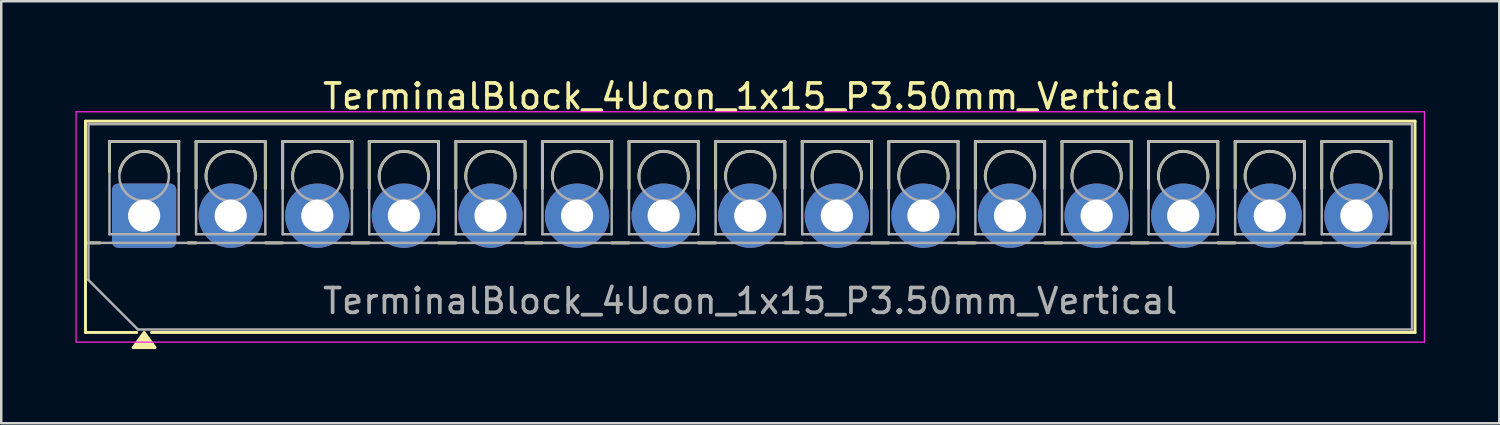
<source format=kicad_pcb>
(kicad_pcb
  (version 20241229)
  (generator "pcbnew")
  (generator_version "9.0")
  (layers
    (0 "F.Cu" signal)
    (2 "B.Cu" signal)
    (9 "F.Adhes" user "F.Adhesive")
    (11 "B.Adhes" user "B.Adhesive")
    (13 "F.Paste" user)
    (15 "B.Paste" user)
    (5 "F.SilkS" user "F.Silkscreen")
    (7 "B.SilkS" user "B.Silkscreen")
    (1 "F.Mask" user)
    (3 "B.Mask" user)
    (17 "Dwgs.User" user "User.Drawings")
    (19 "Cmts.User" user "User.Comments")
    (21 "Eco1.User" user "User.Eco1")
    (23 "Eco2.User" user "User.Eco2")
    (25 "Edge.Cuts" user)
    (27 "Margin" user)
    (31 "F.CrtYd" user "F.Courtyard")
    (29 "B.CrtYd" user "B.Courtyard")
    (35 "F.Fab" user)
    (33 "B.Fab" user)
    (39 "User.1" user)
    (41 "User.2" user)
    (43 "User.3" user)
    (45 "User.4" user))
  (footprint "TerminalBlock_4Ucon_1x15_P3.50mm_Vertical"
    (layer "F.Cu")
    (at 2.775 5.668)
    (property "Reference" "TerminalBlock_4Ucon_1x15_P3.50mm_Vertical" (at 24.5 -4.82 0) (layer "F.SilkS") (effects (font (size 1 1) (thickness 0.15))))
    (attr through_hole)
    (fp_line (start -2.37 -3.82) (end -2.37 4.72) (stroke (width 0.12) (type solid)) (layer "F.SilkS"))
    (fp_line (start -2.37 -3.82) (end 51.37 -3.82) (stroke (width 0.12) (type solid)) (layer "F.SilkS"))
    (fp_line (start -2.37 1.1) (end -1.78 1.1) (stroke (width 0.12) (type solid)) (layer "F.SilkS"))
    (fp_line (start -2.37 4.72) (end -0.3 4.72) (stroke (width 0.12) (type solid)) (layer "F.SilkS"))
    (fp_line (start -1.4 -3) (end -1.4 -1.78) (stroke (width 0.12) (type solid)) (layer "F.SilkS"))
    (fp_line (start -1.4 -3) (end 1.4 -3) (stroke (width 0.12) (type solid)) (layer "F.SilkS"))
    (fp_line (start 0.3 4.72) (end 51.37 4.72) (stroke (width 0.12) (type solid)) (layer "F.SilkS"))
    (fp_line (start 1.4 -3) (end 1.4 -1.78) (stroke (width 0.12) (type solid)) (layer "F.SilkS"))
    (fp_line (start 1.78 1.1) (end 2.101 1.1) (stroke (width 0.12) (type solid)) (layer "F.SilkS"))
    (fp_line (start 2.1 -3) (end 2.1 -1.099) (stroke (width 0.12) (type solid)) (layer "F.SilkS"))
    (fp_line (start 2.1 -3) (end 4.9 -3) (stroke (width 0.12) (type solid)) (layer "F.SilkS"))
    (fp_line (start 4.899 1.1) (end 5.601 1.1) (stroke (width 0.12) (type solid)) (layer "F.SilkS"))
    (fp_line (start 4.9 -3) (end 4.9 -1.099) (stroke (width 0.12) (type solid)) (layer "F.SilkS"))
    (fp_line (start 5.6 -3) (end 5.6 -1.099) (stroke (width 0.12) (type solid)) (layer "F.SilkS"))
    (fp_line (start 5.6 -3) (end 8.4 -3) (stroke (width 0.12) (type solid)) (layer "F.SilkS"))
    (fp_line (start 8.399 1.1) (end 9.101 1.1) (stroke (width 0.12) (type solid)) (layer "F.SilkS"))
    (fp_line (start 8.4 -3) (end 8.4 -1.099) (stroke (width 0.12) (type solid)) (layer "F.SilkS"))
    (fp_line (start 9.1 -3) (end 9.1 -1.099) (stroke (width 0.12) (type solid)) (layer "F.SilkS"))
    (fp_line (start 9.1 -3) (end 11.9 -3) (stroke (width 0.12) (type solid)) (layer "F.SilkS"))
    (fp_line (start 11.899 1.1) (end 12.601 1.1) (stroke (width 0.12) (type solid)) (layer "F.SilkS"))
    (fp_line (start 11.9 -3) (end 11.9 -1.099) (stroke (width 0.12) (type solid)) (layer "F.SilkS"))
    (fp_line (start 12.6 -3) (end 12.6 -1.099) (stroke (width 0.12) (type solid)) (layer "F.SilkS"))
    (fp_line (start 12.6 -3) (end 15.4 -3) (stroke (width 0.12) (type solid)) (layer "F.SilkS"))
    (fp_line (start 15.399 1.1) (end 16.101 1.1) (stroke (width 0.12) (type solid)) (layer "F.SilkS"))
    (fp_line (start 15.4 -3) (end 15.4 -1.099) (stroke (width 0.12) (type solid)) (layer "F.SilkS"))
    (fp_line (start 16.1 -3) (end 16.1 -1.099) (stroke (width 0.12) (type solid)) (layer "F.SilkS"))
    (fp_line (start 16.1 -3) (end 18.9 -3) (stroke (width 0.12) (type solid)) (layer "F.SilkS"))
    (fp_line (start 18.899 1.1) (end 19.601 1.1) (stroke (width 0.12) (type solid)) (layer "F.SilkS"))
    (fp_line (start 18.9 -3) (end 18.9 -1.099) (stroke (width 0.12) (type solid)) (layer "F.SilkS"))
    (fp_line (start 19.6 -3) (end 19.6 -1.099) (stroke (width 0.12) (type solid)) (layer "F.SilkS"))
    (fp_line (start 19.6 -3) (end 22.4 -3) (stroke (width 0.12) (type solid)) (layer "F.SilkS"))
    (fp_line (start 22.399 1.1) (end 23.101 1.1) (stroke (width 0.12) (type solid)) (layer "F.SilkS"))
    (fp_line (start 22.4 -3) (end 22.4 -1.099) (stroke (width 0.12) (type solid)) (layer "F.SilkS"))
    (fp_line (start 23.1 -3) (end 23.1 -1.099) (stroke (width 0.12) (type solid)) (layer "F.SilkS"))
    (fp_line (start 23.1 -3) (end 25.9 -3) (stroke (width 0.12) (type solid)) (layer "F.SilkS"))
    (fp_line (start 25.899 1.1) (end 26.601 1.1) (stroke (width 0.12) (type solid)) (layer "F.SilkS"))
    (fp_line (start 25.9 -3) (end 25.9 -1.099) (stroke (width 0.12) (type solid)) (layer "F.SilkS"))
    (fp_line (start 26.6 -3) (end 26.6 -1.099) (stroke (width 0.12) (type solid)) (layer "F.SilkS"))
    (fp_line (start 26.6 -3) (end 29.4 -3) (stroke (width 0.12) (type solid)) (layer "F.SilkS"))
    (fp_line (start 29.399 1.1) (end 30.101 1.1) (stroke (width 0.12) (type solid)) (layer "F.SilkS"))
    (fp_line (start 29.4 -3) (end 29.4 -1.099) (stroke (width 0.12) (type solid)) (layer "F.SilkS"))
    (fp_line (start 30.1 -3) (end 30.1 -1.099) (stroke (width 0.12) (type solid)) (layer "F.SilkS"))
    (fp_line (start 30.1 -3) (end 32.9 -3) (stroke (width 0.12) (type solid)) (layer "F.SilkS"))
    (fp_line (start 32.899 1.1) (end 33.601 1.1) (stroke (width 0.12) (type solid)) (layer "F.SilkS"))
    (fp_line (start 32.9 -3) (end 32.9 -1.099) (stroke (width 0.12) (type solid)) (layer "F.SilkS"))
    (fp_line (start 33.6 -3) (end 33.6 -1.099) (stroke (width 0.12) (type solid)) (layer "F.SilkS"))
    (fp_line (start 33.6 -3) (end 36.4 -3) (stroke (width 0.12) (type solid)) (layer "F.SilkS"))
    (fp_line (start 36.399 1.1) (end 37.101 1.1) (stroke (width 0.12) (type solid)) (layer "F.SilkS"))
    (fp_line (start 36.4 -3) (end 36.4 -1.099) (stroke (width 0.12) (type solid)) (layer "F.SilkS"))
    (fp_line (start 37.1 -3) (end 37.1 -1.099) (stroke (width 0.12) (type solid)) (layer "F.SilkS"))
    (fp_line (start 37.1 -3) (end 39.9 -3) (stroke (width 0.12) (type solid)) (layer "F.SilkS"))
    (fp_line (start 39.899 1.1) (end 40.601 1.1) (stroke (width 0.12) (type solid)) (layer "F.SilkS"))
    (fp_line (start 39.9 -3) (end 39.9 -1.099) (stroke (width 0.12) (type solid)) (layer "F.SilkS"))
    (fp_line (start 40.6 -3) (end 40.6 -1.099) (stroke (width 0.12) (type solid)) (layer "F.SilkS"))
    (fp_line (start 40.6 -3) (end 43.4 -3) (stroke (width 0.12) (type solid)) (layer "F.SilkS"))
    (fp_line (start 43.399 1.1) (end 44.101 1.1) (stroke (width 0.12) (type solid)) (layer "F.SilkS"))
    (fp_line (start 43.4 -3) (end 43.4 -1.099) (stroke (width 0.12) (type solid)) (layer "F.SilkS"))
    (fp_line (start 44.1 -3) (end 44.1 -1.099) (stroke (width 0.12) (type solid)) (layer "F.SilkS"))
    (fp_line (start 44.1 -3) (end 46.9 -3) (stroke (width 0.12) (type solid)) (layer "F.SilkS"))
    (fp_line (start 46.899 1.1) (end 47.601 1.1) (stroke (width 0.12) (type solid)) (layer "F.SilkS"))
    (fp_line (start 46.9 -3) (end 46.9 -1.099) (stroke (width 0.12) (type solid)) (layer "F.SilkS"))
    (fp_line (start 47.6 -3) (end 47.6 -1.099) (stroke (width 0.12) (type solid)) (layer "F.SilkS"))
    (fp_line (start 47.6 -3) (end 50.4 -3) (stroke (width 0.12) (type solid)) (layer "F.SilkS"))
    (fp_line (start 50.399 1.1) (end 51.37 1.1) (stroke (width 0.12) (type solid)) (layer "F.SilkS"))
    (fp_line (start 50.4 -3) (end 50.4 -1.099) (stroke (width 0.12) (type solid)) (layer "F.SilkS"))
    (fp_line (start 51.37 -3.82) (end 51.37 4.72) (stroke (width 0.12) (type solid)) (layer "F.SilkS"))
    (fp_arc (start -0.984 -1.78) (mid -0.00006 -2.600328) (end 0.983978 -1.780118) (stroke (width 0.12) (type solid)) (layer "F.SilkS"))
    (fp_arc (start 2.508 -1.478) (mid 3.500313 -2.599474) (end 4.491923 -1.477379) (stroke (width 0.12) (type solid)) (layer "F.SilkS"))
    (fp_arc (start 6.008 -1.478) (mid 7.000313 -2.599474) (end 7.991923 -1.477379) (stroke (width 0.12) (type solid)) (layer "F.SilkS"))
    (fp_arc (start 9.508 -1.478) (mid 10.500313 -2.599474) (end 11.491923 -1.477379) (stroke (width 0.12) (type solid)) (layer "F.SilkS"))
    (fp_arc (start 13.008 -1.478) (mid 14.000313 -2.599474) (end 14.991923 -1.477379) (stroke (width 0.12) (type solid)) (layer "F.SilkS"))
    (fp_arc (start 16.508 -1.478) (mid 17.500313 -2.599474) (end 18.491923 -1.477379) (stroke (width 0.12) (type solid)) (layer "F.SilkS"))
    (fp_arc (start 20.008 -1.478) (mid 21.000313 -2.599474) (end 21.991923 -1.477379) (stroke (width 0.12) (type solid)) (layer "F.SilkS"))
    (fp_arc (start 23.508 -1.478) (mid 24.500313 -2.599474) (end 25.491923 -1.477379) (stroke (width 0.12) (type solid)) (layer "F.SilkS"))
    (fp_arc (start 27.008 -1.478) (mid 28.000313 -2.599474) (end 28.991923 -1.477379) (stroke (width 0.12) (type solid)) (layer "F.SilkS"))
    (fp_arc (start 30.508 -1.478) (mid 31.500313 -2.599474) (end 32.491923 -1.477379) (stroke (width 0.12) (type solid)) (layer "F.SilkS"))
    (fp_arc (start 34.008 -1.478) (mid 35.000313 -2.599474) (end 35.991923 -1.477379) (stroke (width 0.12) (type solid)) (layer "F.SilkS"))
    (fp_arc (start 37.508 -1.478) (mid 38.500313 -2.599474) (end 39.491923 -1.477379) (stroke (width 0.12) (type solid)) (layer "F.SilkS"))
    (fp_arc (start 41.008 -1.478) (mid 42.000313 -2.599474) (end 42.991923 -1.477379) (stroke (width 0.12) (type solid)) (layer "F.SilkS"))
    (fp_arc (start 44.508 -1.478) (mid 45.500313 -2.599474) (end 46.491923 -1.477379) (stroke (width 0.12) (type solid)) (layer "F.SilkS"))
    (fp_arc (start 48.008 -1.478) (mid 49.000313 -2.599474) (end 49.991923 -1.477379) (stroke (width 0.12) (type solid)) (layer "F.SilkS"))
    (fp_poly (pts (xy 0 4.72) (xy 0.44 5.33) (xy -0.44 5.33)) (stroke (width 0.12) (type solid)) (fill yes) (layer "F.SilkS"))
    (fp_line (start -2.75 -4.2) (end -2.75 5.11) (stroke (width 0.05) (type solid)) (layer "F.CrtYd"))
    (fp_line (start -2.75 5.11) (end 51.75 5.11) (stroke (width 0.05) (type solid)) (layer "F.CrtYd"))
    (fp_line (start 51.75 -4.2) (end -2.75 -4.2) (stroke (width 0.05) (type solid)) (layer "F.CrtYd"))
    (fp_line (start 51.75 5.11) (end 51.75 -4.2) (stroke (width 0.05) (type solid)) (layer "F.CrtYd"))
    (fp_line (start -2.25 -3.7) (end 51.25 -3.7) (stroke (width 0.1) (type solid)) (layer "F.Fab"))
    (fp_line (start -2.25 1.1) (end 51.25 1.1) (stroke (width 0.1) (type solid)) (layer "F.Fab"))
    (fp_line (start -2.25 2.6) (end -2.25 -3.7) (stroke (width 0.1) (type solid)) (layer "F.Fab"))
    (fp_line (start -1.4 -3) (end -1.4 0.75) (stroke (width 0.1) (type solid)) (layer "F.Fab"))
    (fp_line (start -1.4 0.75) (end 1.4 0.75) (stroke (width 0.1) (type solid)) (layer "F.Fab"))
    (fp_line (start -0.25 4.6) (end -2.25 2.6) (stroke (width 0.1) (type solid)) (layer "F.Fab"))
    (fp_line (start 1.4 -3) (end -1.4 -3) (stroke (width 0.1) (type solid)) (layer "F.Fab"))
    (fp_line (start 1.4 0.75) (end 1.4 -3) (stroke (width 0.1) (type solid)) (layer "F.Fab"))
    (fp_line (start 2.1 -3) (end 2.1 0.75) (stroke (width 0.1) (type solid)) (layer "F.Fab"))
    (fp_line (start 2.1 0.75) (end 4.9 0.75) (stroke (width 0.1) (type solid)) (layer "F.Fab"))
    (fp_line (start 4.9 -3) (end 2.1 -3) (stroke (width 0.1) (type solid)) (layer "F.Fab"))
    (fp_line (start 4.9 0.75) (end 4.9 -3) (stroke (width 0.1) (type solid)) (layer "F.Fab"))
    (fp_line (start 5.6 -3) (end 5.6 0.75) (stroke (width 0.1) (type solid)) (layer "F.Fab"))
    (fp_line (start 5.6 0.75) (end 8.4 0.75) (stroke (width 0.1) (type solid)) (layer "F.Fab"))
    (fp_line (start 8.4 -3) (end 5.6 -3) (stroke (width 0.1) (type solid)) (layer "F.Fab"))
    (fp_line (start 8.4 0.75) (end 8.4 -3) (stroke (width 0.1) (type solid)) (layer "F.Fab"))
    (fp_line (start 9.1 -3) (end 9.1 0.75) (stroke (width 0.1) (type solid)) (layer "F.Fab"))
    (fp_line (start 9.1 0.75) (end 11.9 0.75) (stroke (width 0.1) (type solid)) (layer "F.Fab"))
    (fp_line (start 11.9 -3) (end 9.1 -3) (stroke (width 0.1) (type solid)) (layer "F.Fab"))
    (fp_line (start 11.9 0.75) (end 11.9 -3) (stroke (width 0.1) (type solid)) (layer "F.Fab"))
    (fp_line (start 12.6 -3) (end 12.6 0.75) (stroke (width 0.1) (type solid)) (layer "F.Fab"))
    (fp_line (start 12.6 0.75) (end 15.4 0.75) (stroke (width 0.1) (type solid)) (layer "F.Fab"))
    (fp_line (start 15.4 -3) (end 12.6 -3) (stroke (width 0.1) (type solid)) (layer "F.Fab"))
    (fp_line (start 15.4 0.75) (end 15.4 -3) (stroke (width 0.1) (type solid)) (layer "F.Fab"))
    (fp_line (start 16.101 -3) (end 16.101 0.75) (stroke (width 0.1) (type solid)) (layer "F.Fab"))
    (fp_line (start 16.101 0.75) (end 18.9 0.75) (stroke (width 0.1) (type solid)) (layer "F.Fab"))
    (fp_line (start 18.9 -3) (end 16.101 -3) (stroke (width 0.1) (type solid)) (layer "F.Fab"))
    (fp_line (start 18.9 0.75) (end 18.9 -3) (stroke (width 0.1) (type solid)) (layer "F.Fab"))
    (fp_line (start 19.6 -3) (end 19.6 0.75) (stroke (width 0.1) (type solid)) (layer "F.Fab"))
    (fp_line (start 19.6 0.75) (end 22.4 0.75) (stroke (width 0.1) (type solid)) (layer "F.Fab"))
    (fp_line (start 22.4 -3) (end 19.6 -3) (stroke (width 0.1) (type solid)) (layer "F.Fab"))
    (fp_line (start 22.4 0.75) (end 22.4 -3) (stroke (width 0.1) (type solid)) (layer "F.Fab"))
    (fp_line (start 23.1 -3) (end 23.1 0.75) (stroke (width 0.1) (type solid)) (layer "F.Fab"))
    (fp_line (start 23.1 0.75) (end 25.9 0.75) (stroke (width 0.1) (type solid)) (layer "F.Fab"))
    (fp_line (start 25.9 -3) (end 23.1 -3) (stroke (width 0.1) (type solid)) (layer "F.Fab"))
    (fp_line (start 25.9 0.75) (end 25.9 -3) (stroke (width 0.1) (type solid)) (layer "F.Fab"))
    (fp_line (start 26.6 -3) (end 26.6 0.75) (stroke (width 0.1) (type solid)) (layer "F.Fab"))
    (fp_line (start 26.6 0.75) (end 29.4 0.75) (stroke (width 0.1) (type solid)) (layer "F.Fab"))
    (fp_line (start 29.4 -3) (end 26.6 -3) (stroke (width 0.1) (type solid)) (layer "F.Fab"))
    (fp_line (start 29.4 0.75) (end 29.4 -3) (stroke (width 0.1) (type solid)) (layer "F.Fab"))
    (fp_line (start 30.1 -3) (end 30.1 0.75) (stroke (width 0.1) (type solid)) (layer "F.Fab"))
    (fp_line (start 30.1 0.75) (end 32.9 0.75) (stroke (width 0.1) (type solid)) (layer "F.Fab"))
    (fp_line (start 32.9 -3) (end 30.1 -3) (stroke (width 0.1) (type solid)) (layer "F.Fab"))
    (fp_line (start 32.9 0.75) (end 32.9 -3) (stroke (width 0.1) (type solid)) (layer "F.Fab"))
    (fp_line (start 33.6 -3) (end 33.6 0.75) (stroke (width 0.1) (type solid)) (layer "F.Fab"))
    (fp_line (start 33.6 0.75) (end 36.4 0.75) (stroke (width 0.1) (type solid)) (layer "F.Fab"))
    (fp_line (start 36.4 -3) (end 33.6 -3) (stroke (width 0.1) (type solid)) (layer "F.Fab"))
    (fp_line (start 36.4 0.75) (end 36.4 -3) (stroke (width 0.1) (type solid)) (layer "F.Fab"))
    (fp_line (start 37.1 -3) (end 37.1 0.75) (stroke (width 0.1) (type solid)) (layer "F.Fab"))
    (fp_line (start 37.1 0.75) (end 39.9 0.75) (stroke (width 0.1) (type solid)) (layer "F.Fab"))
    (fp_line (start 39.9 -3) (end 37.1 -3) (stroke (width 0.1) (type solid)) (layer "F.Fab"))
    (fp_line (start 39.9 0.75) (end 39.9 -3) (stroke (width 0.1) (type solid)) (layer "F.Fab"))
    (fp_line (start 40.6 -3) (end 40.6 0.75) (stroke (width 0.1) (type solid)) (layer "F.Fab"))
    (fp_line (start 40.6 0.75) (end 43.4 0.75) (stroke (width 0.1) (type solid)) (layer "F.Fab"))
    (fp_line (start 43.4 -3) (end 40.6 -3) (stroke (width 0.1) (type solid)) (layer "F.Fab"))
    (fp_line (start 43.4 0.75) (end 43.4 -3) (stroke (width 0.1) (type solid)) (layer "F.Fab"))
    (fp_line (start 44.1 -3) (end 44.1 0.75) (stroke (width 0.1) (type solid)) (layer "F.Fab"))
    (fp_line (start 44.1 0.75) (end 46.9 0.75) (stroke (width 0.1) (type solid)) (layer "F.Fab"))
    (fp_line (start 46.9 -3) (end 44.1 -3) (stroke (width 0.1) (type solid)) (layer "F.Fab"))
    (fp_line (start 46.9 0.75) (end 46.9 -3) (stroke (width 0.1) (type solid)) (layer "F.Fab"))
    (fp_line (start 47.6 -3) (end 47.6 0.75) (stroke (width 0.1) (type solid)) (layer "F.Fab"))
    (fp_line (start 47.6 0.75) (end 50.4 0.75) (stroke (width 0.1) (type solid)) (layer "F.Fab"))
    (fp_line (start 50.4 -3) (end 47.6 -3) (stroke (width 0.1) (type solid)) (layer "F.Fab"))
    (fp_line (start 50.4 0.75) (end 50.4 -3) (stroke (width 0.1) (type solid)) (layer "F.Fab"))
    (fp_line (start 51.25 -3.7) (end 51.25 4.6) (stroke (width 0.1) (type solid)) (layer "F.Fab"))
    (fp_line (start 51.25 4.6) (end -0.25 4.6) (stroke (width 0.1) (type solid)) (layer "F.Fab"))
    (fp_circle (center 0 -1.6) (end 1 -1.6) (stroke (width 0.1) (type solid)) (fill no) (layer "F.Fab"))
    (fp_circle (center 3.5 -1.6) (end 4.5 -1.6) (stroke (width 0.1) (type solid)) (fill no) (layer "F.Fab"))
    (fp_circle (center 7 -1.6) (end 8 -1.6) (stroke (width 0.1) (type solid)) (fill no) (layer "F.Fab"))
    (fp_circle (center 10.5 -1.6) (end 11.5 -1.6) (stroke (width 0.1) (type solid)) (fill no) (layer "F.Fab"))
    (fp_circle (center 14 -1.6) (end 15 -1.6) (stroke (width 0.1) (type solid)) (fill no) (layer "F.Fab"))
    (fp_circle (center 17.5 -1.6) (end 18.5 -1.6) (stroke (width 0.1) (type solid)) (fill no) (layer "F.Fab"))
    (fp_circle (center 21 -1.6) (end 22 -1.6) (stroke (width 0.1) (type solid)) (fill no) (layer "F.Fab"))
    (fp_circle (center 24.5 -1.6) (end 25.5 -1.6) (stroke (width 0.1) (type solid)) (fill no) (layer "F.Fab"))
    (fp_circle (center 28 -1.6) (end 29 -1.6) (stroke (width 0.1) (type solid)) (fill no) (layer "F.Fab"))
    (fp_circle (center 31.5 -1.6) (end 32.5 -1.6) (stroke (width 0.1) (type solid)) (fill no) (layer "F.Fab"))
    (fp_circle (center 35 -1.6) (end 36 -1.6) (stroke (width 0.1) (type solid)) (fill no) (layer "F.Fab"))
    (fp_circle (center 38.5 -1.6) (end 39.5 -1.6) (stroke (width 0.1) (type solid)) (fill no) (layer "F.Fab"))
    (fp_circle (center 42 -1.6) (end 43 -1.6) (stroke (width 0.1) (type solid)) (fill no) (layer "F.Fab"))
    (fp_circle (center 45.5 -1.6) (end 46.5 -1.6) (stroke (width 0.1) (type solid)) (fill no) (layer "F.Fab"))
    (fp_circle (center 49 -1.6) (end 50 -1.6) (stroke (width 0.1) (type solid)) (fill no) (layer "F.Fab"))
    (fp_text user "${REFERENCE}" (at 24.5 3.45 0) (layer "F.Fab") (effects (font (size 1 1) (thickness 0.15))))
    (pad "1" thru_hole roundrect (at 0 0) (size 2.6 2.6) (drill 1.3) (layers "*.Cu" "*.Mask") (roundrect_rratio 0.096))
    (pad "2" thru_hole circle (at 3.5 0) (size 2.6 2.6) (drill 1.3) (layers "*.Cu" "*.Mask"))
    (pad "3" thru_hole circle (at 7 0) (size 2.6 2.6) (drill 1.3) (layers "*.Cu" "*.Mask"))
    (pad "4" thru_hole circle (at 10.5 0) (size 2.6 2.6) (drill 1.3) (layers "*.Cu" "*.Mask"))
    (pad "5" thru_hole circle (at 14 0) (size 2.6 2.6) (drill 1.3) (layers "*.Cu" "*.Mask"))
    (pad "6" thru_hole circle (at 17.5 0) (size 2.6 2.6) (drill 1.3) (layers "*.Cu" "*.Mask"))
    (pad "7" thru_hole circle (at 21 0) (size 2.6 2.6) (drill 1.3) (layers "*.Cu" "*.Mask"))
    (pad "8" thru_hole circle (at 24.5 0) (size 2.6 2.6) (drill 1.3) (layers "*.Cu" "*.Mask"))
    (pad "9" thru_hole circle (at 28 0) (size 2.6 2.6) (drill 1.3) (layers "*.Cu" "*.Mask"))
    (pad "10" thru_hole circle (at 31.5 0) (size 2.6 2.6) (drill 1.3) (layers "*.Cu" "*.Mask"))
    (pad "11" thru_hole circle (at 35 0) (size 2.6 2.6) (drill 1.3) (layers "*.Cu" "*.Mask"))
    (pad "12" thru_hole circle (at 38.5 0) (size 2.6 2.6) (drill 1.3) (layers "*.Cu" "*.Mask"))
    (pad "13" thru_hole circle (at 42 0) (size 2.6 2.6) (drill 1.3) (layers "*.Cu" "*.Mask"))
    (pad "14" thru_hole circle (at 45.5 0) (size 2.6 2.6) (drill 1.3) (layers "*.Cu" "*.Mask"))
    (pad "15" thru_hole circle (at 49 0) (size 2.6 2.6) (drill 1.3) (layers "*.Cu" "*.Mask")))
  (gr_rect
    (start -3 -3)
    (end 57.55 14.058)
    (stroke (width 0.1) (type default))
    (fill no)
    (layer "Edge.Cuts")))
</source>
